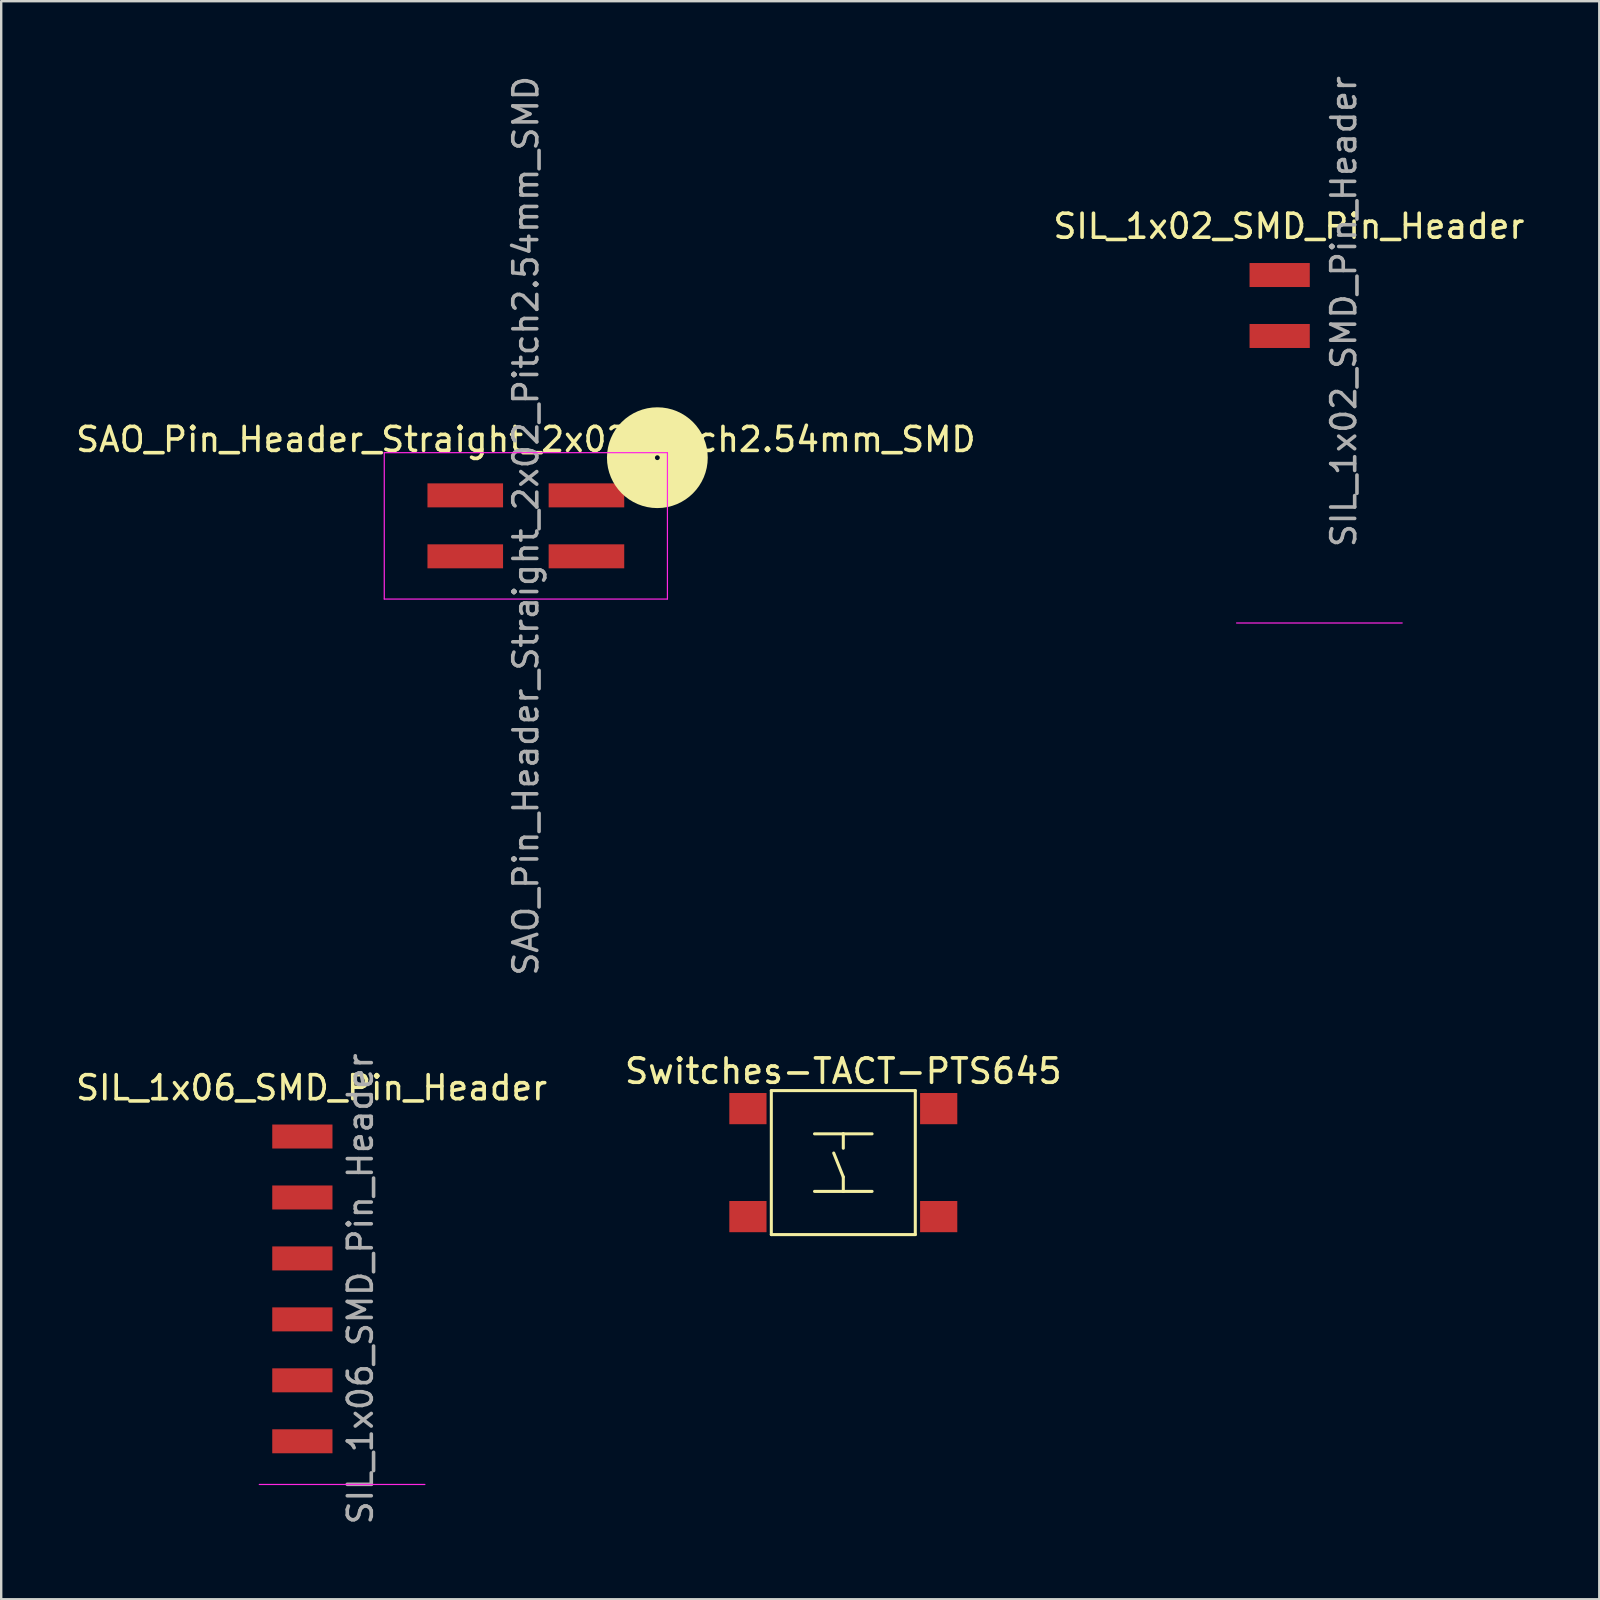
<source format=kicad_pcb>
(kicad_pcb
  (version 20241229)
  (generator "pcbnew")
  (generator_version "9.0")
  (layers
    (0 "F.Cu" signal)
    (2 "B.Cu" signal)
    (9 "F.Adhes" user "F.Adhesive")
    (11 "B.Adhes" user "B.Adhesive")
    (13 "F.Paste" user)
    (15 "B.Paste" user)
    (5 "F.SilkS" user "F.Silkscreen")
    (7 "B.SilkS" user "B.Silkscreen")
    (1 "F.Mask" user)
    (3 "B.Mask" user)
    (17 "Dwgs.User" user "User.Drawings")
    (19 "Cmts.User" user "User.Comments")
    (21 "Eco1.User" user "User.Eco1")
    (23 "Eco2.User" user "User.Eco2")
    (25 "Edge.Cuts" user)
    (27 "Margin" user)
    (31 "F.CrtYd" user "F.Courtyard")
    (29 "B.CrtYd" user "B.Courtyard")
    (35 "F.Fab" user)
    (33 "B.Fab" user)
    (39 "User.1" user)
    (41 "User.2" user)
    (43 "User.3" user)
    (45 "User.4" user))
  (footprint "SAO_Pin_Header_Straight_2x02_Pitch2.54mm_SMD"
    (layer "F.Cu")
    (at 18.863 18.863)
    (property "Reference" "SAO_Pin_Header_Straight_2x02_Pitch2.54mm_SMD" (at 0 -3.6 0) (layer "F.SilkS") (effects (font (size 1 1) (thickness 0.15))))
    (attr smd)
    (fp_circle (center 5.48 -2.84) (end 5.48 -2.74) (stroke (width 2) (type solid)) (fill no) (layer "F.SilkS"))
    (fp_line (start -5.9 -3.05) (end -5.9 3.05) (stroke (width 0.05) (type solid)) (layer "F.CrtYd"))
    (fp_line (start -5.9 3.05) (end 5.9 3.05) (stroke (width 0.05) (type solid)) (layer "F.CrtYd"))
    (fp_line (start 5.9 -3.05) (end -5.9 -3.05) (stroke (width 0.05) (type solid)) (layer "F.CrtYd"))
    (fp_line (start 5.9 3.05) (end 5.9 -3.05) (stroke (width 0.05) (type solid)) (layer "F.CrtYd"))
    (fp_text user "${REFERENCE}" (at 0 0 90) (layer "F.Fab") (effects (font (size 1 1) (thickness 0.15))))
    (pad "1" smd rect (at 2.525 -1.27) (size 3.15 1) (layers "F.Cu" "F.Mask" "F.Paste"))
    (pad "2" smd rect (at -2.525 -1.27) (size 3.15 1) (layers "F.Cu" "F.Mask" "F.Paste"))
    (pad "3" smd rect (at 2.525 1.27) (size 3.15 1) (layers "F.Cu" "F.Mask" "F.Paste"))
    (pad "4" smd rect (at -2.525 1.27) (size 3.15 1) (layers "F.Cu" "F.Mask" "F.Paste")))
  (footprint "Switches-TACT-PTS645"
    (layer "F.Cu")
    (at 32.092 45.398)
    (property "Reference" "Switches-TACT-PTS645" (at 0 -3.81 0) (layer "F.SilkS") (effects (font (size 1.016 1.016) (thickness 0.152))))
    (attr smd)
    (fp_line (start -3 -3) (end -3 3) (stroke (width 0.127) (type solid)) (layer "F.SilkS"))
    (fp_line (start -3 -3) (end 3 -3) (stroke (width 0.127) (type solid)) (layer "F.SilkS"))
    (fp_line (start -3 3) (end 3 3) (stroke (width 0.127) (type solid)) (layer "F.SilkS"))
    (fp_line (start -1.199 -1.199) (end 0 -1.199) (stroke (width 0.127) (type solid)) (layer "F.SilkS"))
    (fp_line (start -1.199 1.199) (end 0 1.199) (stroke (width 0.127) (type solid)) (layer "F.SilkS"))
    (fp_line (start 0 -1.199) (end 0 -0.599) (stroke (width 0.127) (type solid)) (layer "F.SilkS"))
    (fp_line (start 0 -1.199) (end 1.199 -1.199) (stroke (width 0.127) (type solid)) (layer "F.SilkS"))
    (fp_line (start 0 0.599) (end -0.399 -0.399) (stroke (width 0.127) (type solid)) (layer "F.SilkS"))
    (fp_line (start 0 1.199) (end 0 0.599) (stroke (width 0.127) (type solid)) (layer "F.SilkS"))
    (fp_line (start 0 1.199) (end 1.199 1.199) (stroke (width 0.127) (type solid)) (layer "F.SilkS"))
    (fp_line (start 3 -3) (end 3 3) (stroke (width 0.127) (type solid)) (layer "F.SilkS"))
    (pad "1" smd rect (at -3.975 -2.25) (size 1.55 1.3) (layers "F.Cu" "F.Mask" "F.Paste"))
    (pad "2" smd rect (at 3.975 -2.25 90) (size 1.3 1.55) (layers "F.Cu" "F.Mask" "F.Paste"))
    (pad "3" smd rect (at -3.975 2.25) (size 1.55 1.3) (layers "F.Cu" "F.Mask" "F.Paste"))
    (pad "4" smd rect (at 3.975 2.25) (size 1.55 1.3) (layers "F.Cu" "F.Mask" "F.Paste")))
  (footprint "SIL_1x02_SMD_Pin_Header"
    (layer "F.Cu")
    (at 51.931 14.761)
    (property "Reference" "SIL_1x02_SMD_Pin_Header" (at -1.27 -8.382 0) (layer "F.SilkS") (effects (font (size 1 1) (thickness 0.15))))
    (attr smd)
    (fp_line (start -3.45 8.15) (end 3.45 8.15) (stroke (width 0.05) (type solid)) (layer "F.CrtYd"))
    (fp_text user "${REFERENCE}" (at 1.016 -4.826 90) (layer "F.Fab") (effects (font (size 1 1) (thickness 0.15))))
    (pad "1" smd rect (at -1.655 -6.35) (size 2.51 1) (layers "F.Cu" "F.Mask" "F.Paste"))
    (pad "2" smd rect (at -1.655 -3.81) (size 2.51 1) (layers "F.Cu" "F.Mask" "F.Paste")))
  (footprint "SIL_1x06_SMD_Pin_Header"
    (layer "F.Cu")
    (at 11.205 50.661)
    (property "Reference" "SIL_1x06_SMD_Pin_Header" (at -1.27 -8.382 0) (layer "F.SilkS") (effects (font (size 1 1) (thickness 0.15))))
    (attr smd)
    (fp_line (start -3.45 8.15) (end 3.45 8.15) (stroke (width 0.05) (type solid)) (layer "F.CrtYd"))
    (fp_text user "${REFERENCE}" (at 0.762 0 90) (layer "F.Fab") (effects (font (size 1 1) (thickness 0.15))))
    (pad "1" smd rect (at -1.655 -6.35) (size 2.51 1) (layers "F.Cu" "F.Mask" "F.Paste"))
    (pad "2" smd rect (at -1.655 -3.81) (size 2.51 1) (layers "F.Cu" "F.Mask" "F.Paste"))
    (pad "3" smd rect (at -1.655 -1.27) (size 2.51 1) (layers "F.Cu" "F.Mask" "F.Paste"))
    (pad "4" smd rect (at -1.655 1.27) (size 2.51 1) (layers "F.Cu" "F.Mask" "F.Paste"))
    (pad "5" smd rect (at -1.655 3.81) (size 2.51 1) (layers "F.Cu" "F.Mask" "F.Paste"))
    (pad "6" smd rect (at -1.655 6.35) (size 2.51 1) (layers "F.Cu" "F.Mask" "F.Paste")))
  (gr_rect
    (start -3 -3)
    (end 63.595 63.595)
    (stroke (width 0.1) (type default))
    (fill no)
    (layer "Edge.Cuts")))
</source>
